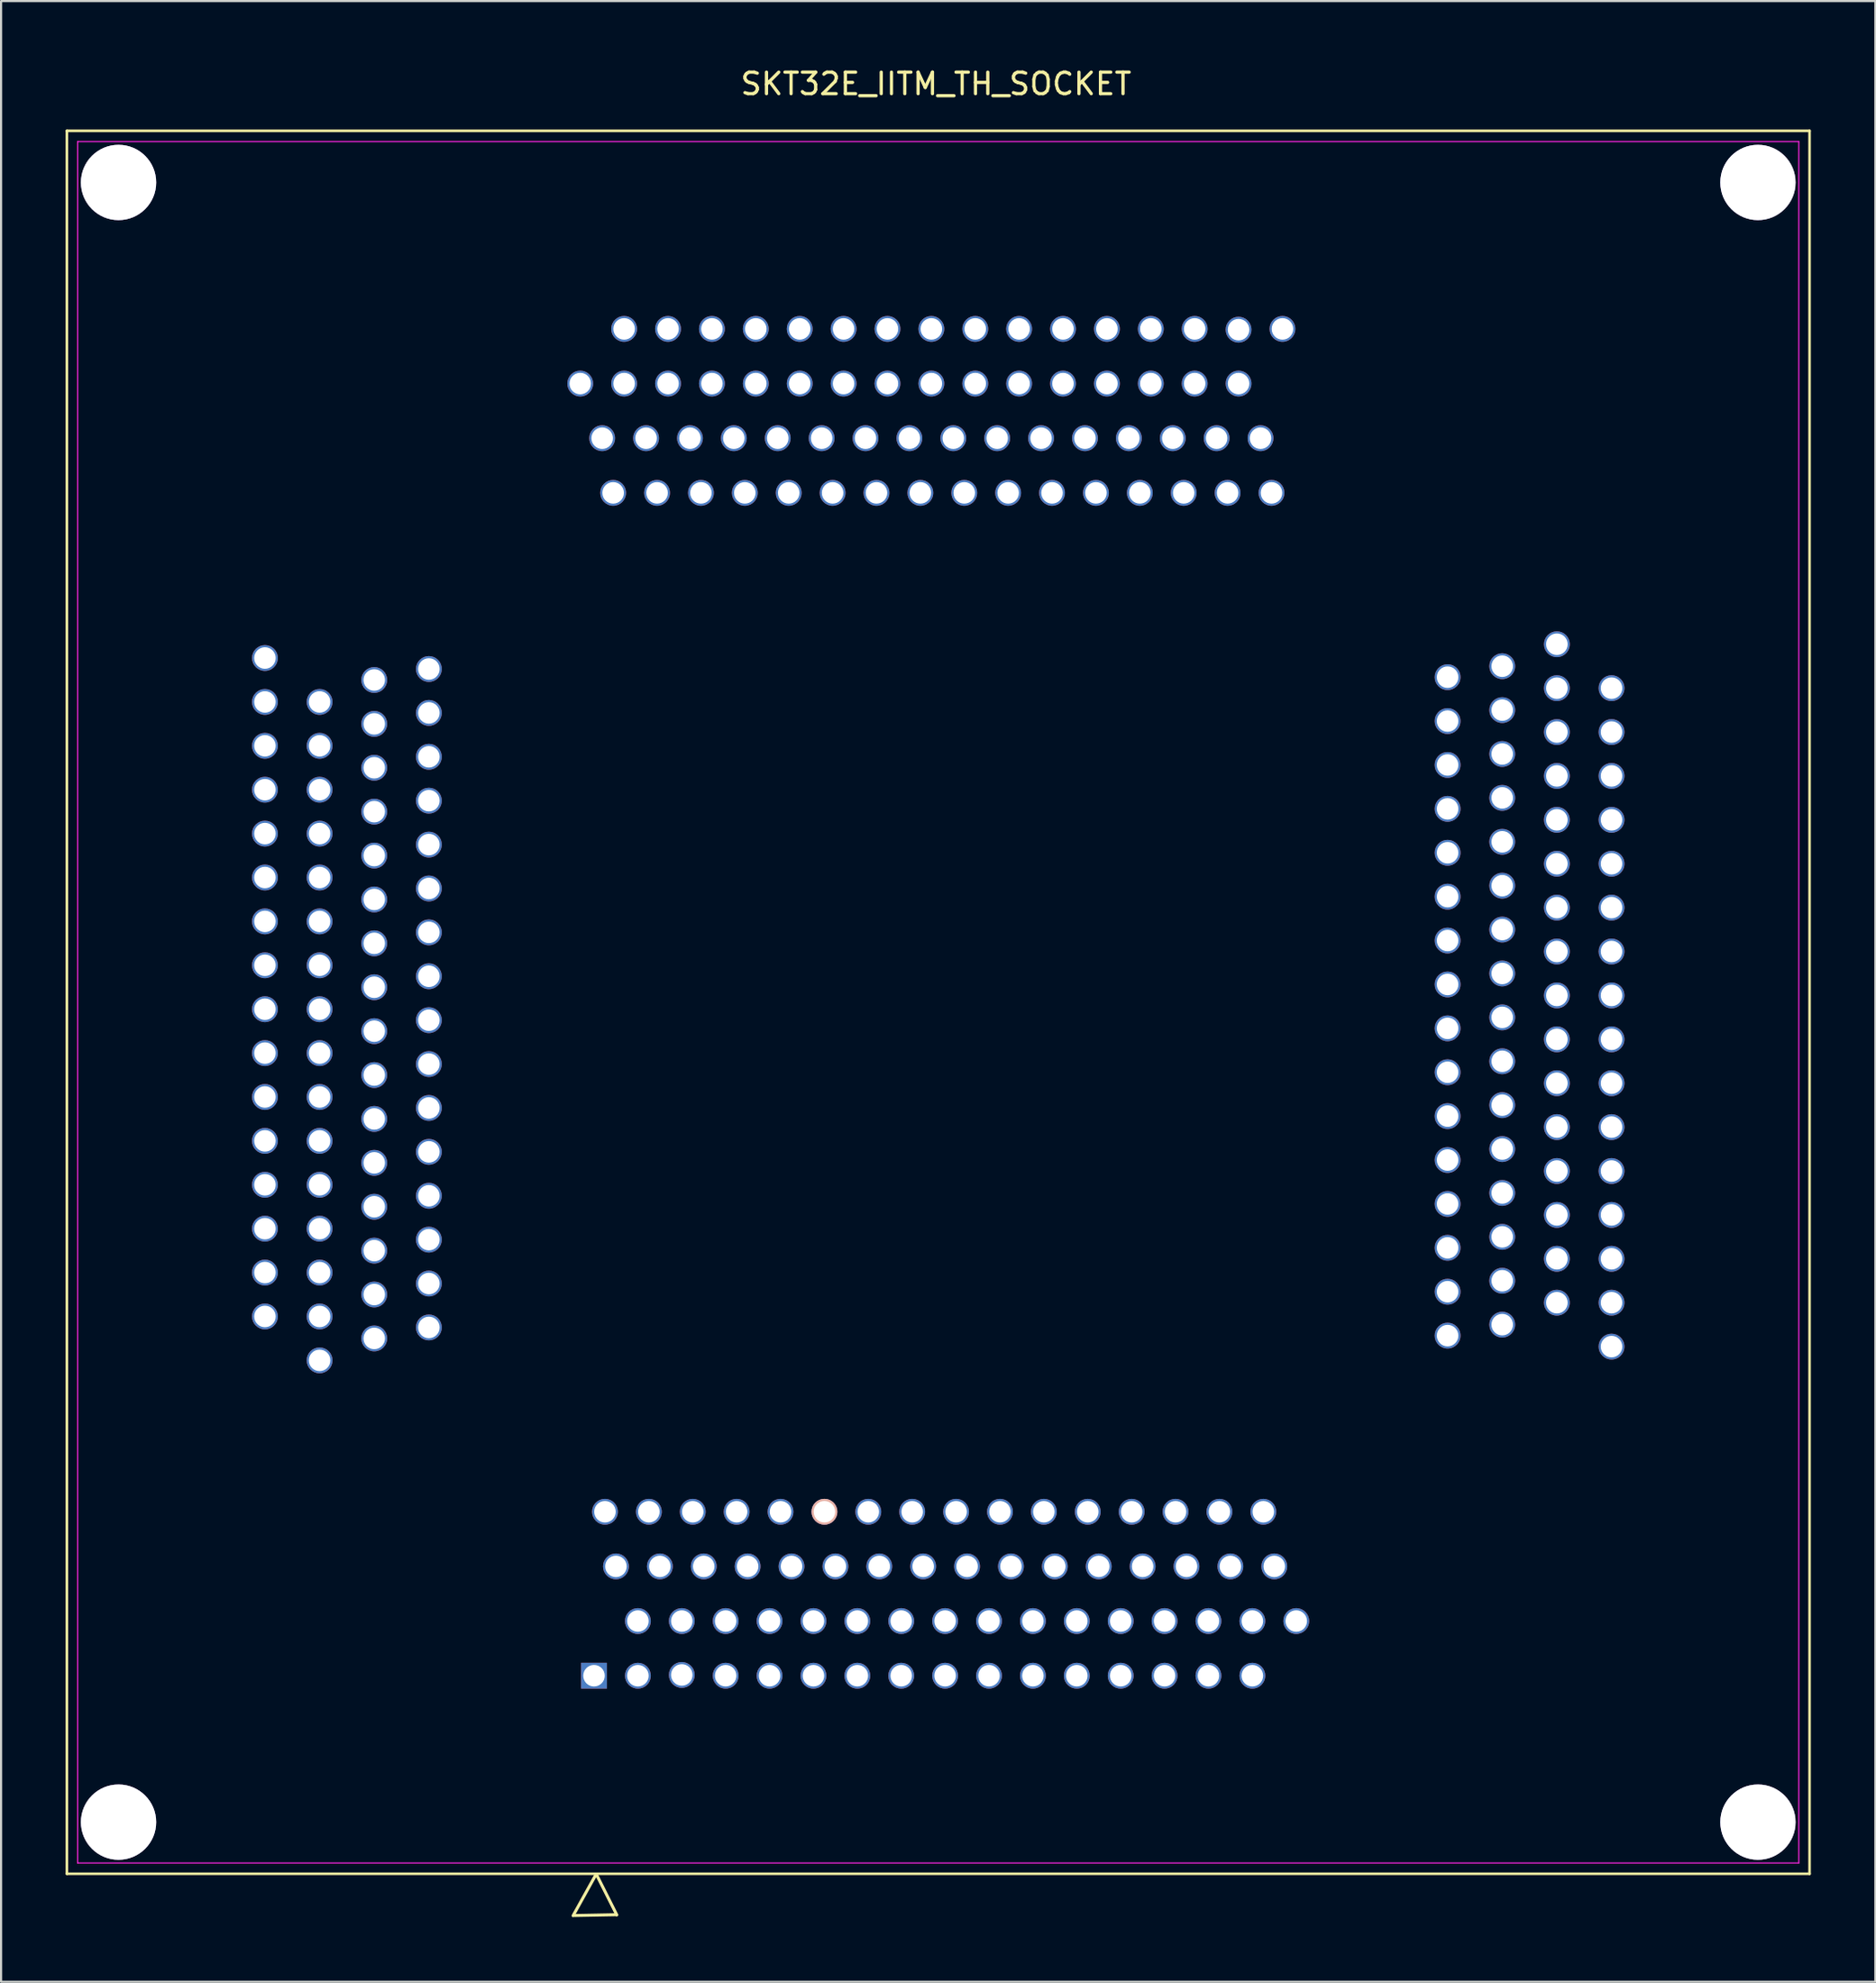
<source format=kicad_pcb>
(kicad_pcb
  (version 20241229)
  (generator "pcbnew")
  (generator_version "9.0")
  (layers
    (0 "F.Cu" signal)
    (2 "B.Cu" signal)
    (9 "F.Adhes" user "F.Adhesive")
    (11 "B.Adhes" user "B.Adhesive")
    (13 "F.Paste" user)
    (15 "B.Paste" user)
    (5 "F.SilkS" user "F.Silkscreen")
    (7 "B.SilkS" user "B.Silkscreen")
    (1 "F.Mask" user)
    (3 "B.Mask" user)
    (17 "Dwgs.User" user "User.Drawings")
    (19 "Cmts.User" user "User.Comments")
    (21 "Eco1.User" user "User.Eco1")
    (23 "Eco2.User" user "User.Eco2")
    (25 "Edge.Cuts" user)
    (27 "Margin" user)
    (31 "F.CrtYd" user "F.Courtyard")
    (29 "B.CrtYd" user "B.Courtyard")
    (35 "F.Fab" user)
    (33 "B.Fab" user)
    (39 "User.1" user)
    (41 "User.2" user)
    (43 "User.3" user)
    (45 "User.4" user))
  (footprint "SKT32E_IITM_TH_SOCKET"
    (layer "F.Cu")
    (at 40.56 43.53)
    (property "Reference" "SKT32E_IITM_TH_SOCKET" (at -0.102 -42.682 0) (layer "F.SilkS") (effects (font (size 1 1) (thickness 0.15))))
    (attr through_hole)
    (fp_line (start -40.5 -40.5) (end -40.5 40.5) (stroke (width 0.12) (type solid)) (layer "F.SilkS"))
    (fp_line (start -40.5 40.5) (end 40.5 40.5) (stroke (width 0.12) (type solid)) (layer "F.SilkS"))
    (fp_line (start -16.9 42.44) (end -14.971 42.403) (stroke (width 0.14) (type solid)) (layer "F.SilkS"))
    (fp_line (start -15.931 40.574) (end -16.972 42.448) (stroke (width 0.14) (type solid)) (layer "F.SilkS"))
    (fp_line (start -14.94 42.413) (end -15.86 40.584) (stroke (width 0.14) (type solid)) (layer "F.SilkS"))
    (fp_line (start 40.5 -40.5) (end -40.5 -40.5) (stroke (width 0.12) (type solid)) (layer "F.SilkS"))
    (fp_line (start 40.5 40.5) (end 40.5 -40.5) (stroke (width 0.12) (type solid)) (layer "F.SilkS"))
    (fp_line (start -40 -40) (end -40 40) (stroke (width 0.05) (type solid)) (layer "F.CrtYd"))
    (fp_line (start 40 -40) (end -40 -40) (stroke (width 0.05) (type solid)) (layer "F.CrtYd"))
    (fp_line (start 40 -40) (end 40 40) (stroke (width 0.05) (type solid)) (layer "F.CrtYd"))
    (fp_line (start 40 40) (end -40 40) (stroke (width 0.05) (type solid)) (layer "F.CrtYd"))
    (pad " " thru_hole circle (at -38.1 -38.1 270) (size 3.5 3.5) (drill 3.5) (layers "*.Cu"))
    (pad " " thru_hole circle (at -38.1 38.1 270) (size 3.5 3.5) (drill 3.5) (layers "*.Cu"))
    (pad " " thru_hole circle (at 38.1 -38.1 270) (size 3.5 3.5) (drill 3.5) (layers "*.Cu"))
    (pad " " thru_hole circle (at 38.1 38.1 270) (size 3.5 3.5) (drill 3.5) (layers "*.Cu"))
    (pad "1" thru_hole rect (at -16 31.295) (size 1.2 1.2) (drill 1) (layers "*.Cu" "*.Mask"))
    (pad "2" thru_hole circle (at -15.49 23.675) (size 1.2 1.2) (drill 1) (layers "*.Cu" "*.Mask"))
    (pad "3" thru_hole circle (at -14.98 26.215) (size 1.2 1.2) (drill 1) (layers "*.Cu" "*.Mask"))
    (pad "4" thru_hole circle (at -13.96 28.755) (size 1.2 1.2) (drill 1) (layers "*.Cu" "*.Mask"))
    (pad "5" thru_hole circle (at -13.96 31.295) (size 1.2 1.2) (drill 1) (layers "*.Cu" "*.Mask"))
    (pad "6" thru_hole circle (at -13.45 23.675) (size 1.2 1.2) (drill 1) (layers "*.Cu" "*.Mask"))
    (pad "7" thru_hole circle (at -12.94 26.215) (size 1.2 1.2) (drill 1) (layers "*.Cu" "*.Mask"))
    (pad "8" thru_hole circle (at -11.92 28.755) (size 1.2 1.2) (drill 1) (layers "*.Cu" "*.Mask"))
    (pad "9" thru_hole circle (at -11.92 31.259) (size 1.2 1.2) (drill 1) (layers "*.Cu" "*.Mask"))
    (pad "10" thru_hole circle (at -11.41 23.675) (size 1.2 1.2) (drill 1) (layers "*.Cu" "*.Mask"))
    (pad "11" thru_hole circle (at -10.9 26.215) (size 1.2 1.2) (drill 1) (layers "*.Cu" "*.Mask"))
    (pad "12" thru_hole circle (at -9.88 28.755) (size 1.2 1.2) (drill 1) (layers "*.Cu" "*.Mask"))
    (pad "13" thru_hole circle (at -9.88 31.295) (size 1.2 1.2) (drill 1) (layers "*.Cu" "*.Mask"))
    (pad "14" thru_hole circle (at -9.37 23.675) (size 1.2 1.2) (drill 1) (layers "*.Cu" "*.Mask"))
    (pad "15" thru_hole circle (at -8.86 26.215) (size 1.2 1.2) (drill 1) (layers "*.Cu" "*.Mask"))
    (pad "16" thru_hole circle (at -7.84 28.755) (size 1.2 1.2) (drill 1) (layers "*.Cu" "*.Mask"))
    (pad "17" thru_hole circle (at -7.84 31.295) (size 1.2 1.2) (drill 1) (layers "*.Cu" "*.Mask"))
    (pad "18" thru_hole circle (at -7.33 23.675) (size 1.2 1.2) (drill 1) (layers "*.Cu" "*.Mask"))
    (pad "19" thru_hole circle (at -6.82 26.215) (size 1.2 1.2) (drill 1) (layers "*.Cu" "*.Mask"))
    (pad "20" thru_hole circle (at -5.8 28.755) (size 1.2 1.2) (drill 1) (layers "*.Cu" "*.Mask"))
    (pad "21" thru_hole circle (at -5.8 31.295) (size 1.2 1.2) (drill 1) (layers "*.Cu" "*.Mask"))
    (pad "22" thru_hole circle (at -5.29 23.675) (size 1.2 1.2) (drill 1) (layers "*.Cu" "F.Mask" "B.SilkS"))
    (pad "23" thru_hole circle (at -4.78 26.215) (size 1.2 1.2) (drill 1) (layers "*.Cu" "*.Mask"))
    (pad "24" thru_hole circle (at -3.76 28.755) (size 1.2 1.2) (drill 1) (layers "*.Cu" "*.Mask"))
    (pad "25" thru_hole circle (at -3.76 31.295) (size 1.2 1.2) (drill 1) (layers "*.Cu" "*.Mask"))
    (pad "26" thru_hole circle (at -3.25 23.675) (size 1.2 1.2) (drill 1) (layers "*.Cu" "*.Mask"))
    (pad "27" thru_hole circle (at -2.74 26.215) (size 1.2 1.2) (drill 1) (layers "*.Cu" "*.Mask"))
    (pad "28" thru_hole circle (at -1.72 28.755) (size 1.2 1.2) (drill 1) (layers "*.Cu" "*.Mask"))
    (pad "29" thru_hole circle (at -1.72 31.295) (size 1.2 1.2) (drill 1) (layers "*.Cu" "*.Mask"))
    (pad "30" thru_hole circle (at -1.21 23.675) (size 1.2 1.2) (drill 1) (layers "*.Cu" "*.Mask"))
    (pad "31" thru_hole circle (at -0.7 26.215) (size 1.2 1.2) (drill 1) (layers "*.Cu" "*.Mask"))
    (pad "32" thru_hole circle (at 0.32 28.755) (size 1.2 1.2) (drill 1) (layers "*.Cu" "*.Mask"))
    (pad "33" thru_hole circle (at 0.32 31.295) (size 1.2 1.2) (drill 1) (layers "*.Cu" "*.Mask"))
    (pad "34" thru_hole circle (at 0.83 23.675) (size 1.2 1.2) (drill 1) (layers "*.Cu" "*.Mask"))
    (pad "35" thru_hole circle (at 1.34 26.215) (size 1.2 1.2) (drill 1) (layers "*.Cu" "*.Mask"))
    (pad "36" thru_hole circle (at 2.36 28.755) (size 1.2 1.2) (drill 1) (layers "*.Cu" "*.Mask"))
    (pad "37" thru_hole circle (at 2.36 31.295) (size 1.2 1.2) (drill 1) (layers "*.Cu" "*.Mask"))
    (pad "38" thru_hole circle (at 2.87 23.675) (size 1.2 1.2) (drill 1) (layers "*.Cu" "*.Mask"))
    (pad "39" thru_hole circle (at 3.38 26.215) (size 1.2 1.2) (drill 1) (layers "*.Cu" "*.Mask"))
    (pad "40" thru_hole circle (at 4.4 28.755) (size 1.2 1.2) (drill 1) (layers "*.Cu" "*.Mask"))
    (pad "41" thru_hole circle (at 4.4 31.295) (size 1.2 1.2) (drill 1) (layers "*.Cu" "*.Mask"))
    (pad "42" thru_hole circle (at 4.91 23.675) (size 1.2 1.2) (drill 1) (layers "*.Cu" "*.Mask"))
    (pad "43" thru_hole circle (at 5.42 26.215) (size 1.2 1.2) (drill 1) (layers "*.Cu" "*.Mask"))
    (pad "44" thru_hole circle (at 6.44 28.755) (size 1.2 1.2) (drill 1) (layers "*.Cu" "*.Mask"))
    (pad "45" thru_hole circle (at 6.44 31.295) (size 1.2 1.2) (drill 1) (layers "*.Cu" "*.Mask"))
    (pad "46" thru_hole circle (at 6.95 23.675) (size 1.2 1.2) (drill 1) (layers "*.Cu" "*.Mask"))
    (pad "47" thru_hole circle (at 7.46 26.215) (size 1.2 1.2) (drill 1) (layers "*.Cu" "*.Mask"))
    (pad "48" thru_hole circle (at 8.48 28.755) (size 1.2 1.2) (drill 1) (layers "*.Cu" "*.Mask"))
    (pad "49" thru_hole circle (at 8.48 31.295) (size 1.2 1.2) (drill 1) (layers "*.Cu" "*.Mask"))
    (pad "50" thru_hole circle (at 8.99 23.675) (size 1.2 1.2) (drill 1) (layers "*.Cu" "*.Mask"))
    (pad "51" thru_hole circle (at 9.5 26.215) (size 1.2 1.2) (drill 1) (layers "*.Cu" "*.Mask"))
    (pad "52" thru_hole circle (at 10.52 28.755) (size 1.2 1.2) (drill 1) (layers "*.Cu" "*.Mask"))
    (pad "53" thru_hole circle (at 10.52 31.295) (size 1.2 1.2) (drill 1) (layers "*.Cu" "*.Mask"))
    (pad "54" thru_hole circle (at 11.03 23.675) (size 1.2 1.2) (drill 1) (layers "*.Cu" "*.Mask"))
    (pad "55" thru_hole circle (at 11.54 26.215) (size 1.2 1.2) (drill 1) (layers "*.Cu" "*.Mask"))
    (pad "56" thru_hole circle (at 12.56 28.755) (size 1.2 1.2) (drill 1) (layers "*.Cu" "*.Mask"))
    (pad "57" thru_hole circle (at 12.56 31.295) (size 1.2 1.2) (drill 1) (layers "*.Cu" "*.Mask"))
    (pad "58" thru_hole circle (at 13.07 23.675) (size 1.2 1.2) (drill 1) (layers "*.Cu" "*.Mask"))
    (pad "59" thru_hole circle (at 13.58 26.215) (size 1.2 1.2) (drill 1) (layers "*.Cu" "*.Mask"))
    (pad "60" thru_hole circle (at 14.6 28.755) (size 1.2 1.2) (drill 1) (layers "*.Cu" "*.Mask"))
    (pad "61" thru_hole circle (at 14.6 31.295) (size 1.2 1.2) (drill 1) (layers "*.Cu" "*.Mask"))
    (pad "62" thru_hole circle (at 15.11 23.675) (size 1.2 1.2) (drill 1) (layers "*.Cu" "*.Mask"))
    (pad "63" thru_hole circle (at 15.62 26.215) (size 1.2 1.2) (drill 1) (layers "*.Cu" "*.Mask"))
    (pad "64" thru_hole circle (at 16.64 28.755) (size 1.2 1.2) (drill 1) (layers "*.Cu" "*.Mask"))
    (pad "65" thru_hole circle (at 31.295 16 90) (size 1.2 1.2) (drill 1) (layers "*.Cu" "*.Mask"))
    (pad "66" thru_hole circle (at 23.675 15.49 90) (size 1.2 1.2) (drill 1) (layers "*.Cu" "*.Mask"))
    (pad "67" thru_hole circle (at 26.215 14.98 90) (size 1.2 1.2) (drill 1) (layers "*.Cu" "*.Mask"))
    (pad "68" thru_hole circle (at 28.755 13.96 90) (size 1.2 1.2) (drill 1) (layers "*.Cu" "*.Mask"))
    (pad "69" thru_hole circle (at 31.295 13.96 90) (size 1.2 1.2) (drill 1) (layers "*.Cu" "*.Mask"))
    (pad "70" thru_hole circle (at 23.675 13.45 90) (size 1.2 1.2) (drill 1) (layers "*.Cu" "*.Mask"))
    (pad "71" thru_hole circle (at 26.215 12.94 90) (size 1.2 1.2) (drill 1) (layers "*.Cu" "*.Mask"))
    (pad "72" thru_hole circle (at 28.755 11.92 90) (size 1.2 1.2) (drill 1) (layers "*.Cu" "*.Mask"))
    (pad "73" thru_hole circle (at 31.295 11.92 90) (size 1.2 1.2) (drill 1) (layers "*.Cu" "*.Mask"))
    (pad "74" thru_hole circle (at 23.675 11.41 90) (size 1.2 1.2) (drill 1) (layers "*.Cu" "*.Mask"))
    (pad "75" thru_hole circle (at 26.215 10.9 90) (size 1.2 1.2) (drill 1) (layers "*.Cu" "*.Mask"))
    (pad "76" thru_hole circle (at 28.755 9.88 90) (size 1.2 1.2) (drill 1) (layers "*.Cu" "*.Mask"))
    (pad "77" thru_hole circle (at 31.295 9.88 90) (size 1.2 1.2) (drill 1) (layers "*.Cu" "*.Mask"))
    (pad "78" thru_hole circle (at 23.675 9.37 90) (size 1.2 1.2) (drill 1) (layers "*.Cu" "*.Mask"))
    (pad "79" thru_hole circle (at 26.215 8.86 90) (size 1.2 1.2) (drill 1) (layers "*.Cu" "*.Mask"))
    (pad "80" thru_hole circle (at 28.755 7.84 90) (size 1.2 1.2) (drill 1) (layers "*.Cu" "*.Mask"))
    (pad "81" thru_hole circle (at 31.295 7.84 90) (size 1.2 1.2) (drill 1) (layers "*.Cu" "*.Mask"))
    (pad "82" thru_hole circle (at 23.675 7.33 90) (size 1.2 1.2) (drill 1) (layers "*.Cu" "*.Mask"))
    (pad "83" thru_hole circle (at 26.215 6.82 90) (size 1.2 1.2) (drill 1) (layers "*.Cu" "*.Mask"))
    (pad "84" thru_hole circle (at 28.755 5.8 90) (size 1.2 1.2) (drill 1) (layers "*.Cu" "*.Mask"))
    (pad "85" thru_hole circle (at 31.295 5.8 90) (size 1.2 1.2) (drill 1) (layers "*.Cu" "*.Mask"))
    (pad "86" thru_hole circle (at 23.675 5.29 90) (size 1.2 1.2) (drill 1) (layers "*.Cu" "*.Mask"))
    (pad "87" thru_hole circle (at 26.215 4.78 90) (size 1.2 1.2) (drill 1) (layers "*.Cu" "*.Mask"))
    (pad "88" thru_hole circle (at 28.755 3.76 90) (size 1.2 1.2) (drill 1) (layers "*.Cu" "*.Mask"))
    (pad "89" thru_hole circle (at 31.295 3.76 90) (size 1.2 1.2) (drill 1) (layers "*.Cu" "*.Mask"))
    (pad "90" thru_hole circle (at 23.675 3.25 90) (size 1.2 1.2) (drill 1) (layers "*.Cu" "*.Mask"))
    (pad "91" thru_hole circle (at 26.215 2.74 90) (size 1.2 1.2) (drill 1) (layers "*.Cu" "*.Mask"))
    (pad "92" thru_hole circle (at 28.755 1.72 90) (size 1.2 1.2) (drill 1) (layers "*.Cu" "*.Mask"))
    (pad "93" thru_hole circle (at 31.295 1.72 90) (size 1.2 1.2) (drill 1) (layers "*.Cu" "*.Mask"))
    (pad "94" thru_hole circle (at 23.675 1.21 90) (size 1.2 1.2) (drill 1) (layers "*.Cu" "*.Mask"))
    (pad "95" thru_hole circle (at 26.215 0.7 90) (size 1.2 1.2) (drill 1) (layers "*.Cu" "*.Mask"))
    (pad "96" thru_hole circle (at 28.755 -0.32 90) (size 1.2 1.2) (drill 1) (layers "*.Cu" "*.Mask"))
    (pad "97" thru_hole circle (at 31.295 -0.32 90) (size 1.2 1.2) (drill 1) (layers "*.Cu" "*.Mask"))
    (pad "98" thru_hole circle (at 23.675 -0.83 90) (size 1.2 1.2) (drill 1) (layers "*.Cu" "*.Mask"))
    (pad "99" thru_hole circle (at 26.215 -1.34 90) (size 1.2 1.2) (drill 1) (layers "*.Cu" "*.Mask"))
    (pad "100" thru_hole circle (at 28.755 -2.36 90) (size 1.2 1.2) (drill 1) (layers "*.Cu" "*.Mask"))
    (pad "101" thru_hole circle (at 31.295 -2.36 90) (size 1.2 1.2) (drill 1) (layers "*.Cu" "*.Mask"))
    (pad "102" thru_hole circle (at 23.675 -2.87 90) (size 1.2 1.2) (drill 1) (layers "*.Cu" "*.Mask"))
    (pad "103" thru_hole circle (at 26.215 -3.38 90) (size 1.2 1.2) (drill 1) (layers "*.Cu" "*.Mask"))
    (pad "104" thru_hole circle (at 28.755 -4.4 90) (size 1.2 1.2) (drill 1) (layers "*.Cu" "*.Mask"))
    (pad "105" thru_hole circle (at 31.295 -4.4 90) (size 1.2 1.2) (drill 1) (layers "*.Cu" "*.Mask"))
    (pad "106" thru_hole circle (at 23.675 -4.91 90) (size 1.2 1.2) (drill 1) (layers "*.Cu" "*.Mask"))
    (pad "107" thru_hole circle (at 26.215 -5.42 90) (size 1.2 1.2) (drill 1) (layers "*.Cu" "*.Mask"))
    (pad "108" thru_hole circle (at 28.755 -6.44 90) (size 1.2 1.2) (drill 1) (layers "*.Cu" "*.Mask"))
    (pad "109" thru_hole circle (at 31.295 -6.44 90) (size 1.2 1.2) (drill 1) (layers "*.Cu" "*.Mask"))
    (pad "110" thru_hole circle (at 23.675 -6.95 90) (size 1.2 1.2) (drill 1) (layers "*.Cu" "*.Mask"))
    (pad "111" thru_hole circle (at 26.215 -7.46 90) (size 1.2 1.2) (drill 1) (layers "*.Cu" "*.Mask"))
    (pad "112" thru_hole circle (at 28.755 -8.48 90) (size 1.2 1.2) (drill 1) (layers "*.Cu" "*.Mask"))
    (pad "113" thru_hole circle (at 31.295 -8.48 90) (size 1.2 1.2) (drill 1) (layers "*.Cu" "*.Mask"))
    (pad "114" thru_hole circle (at 23.675 -8.99 90) (size 1.2 1.2) (drill 1) (layers "*.Cu" "*.Mask"))
    (pad "115" thru_hole circle (at 26.215 -9.5 90) (size 1.2 1.2) (drill 1) (layers "*.Cu" "*.Mask"))
    (pad "116" thru_hole circle (at 28.755 -10.52 90) (size 1.2 1.2) (drill 1) (layers "*.Cu" "*.Mask"))
    (pad "117" thru_hole circle (at 31.295 -10.52 90) (size 1.2 1.2) (drill 1) (layers "*.Cu" "*.Mask"))
    (pad "118" thru_hole circle (at 23.675 -11.03 90) (size 1.2 1.2) (drill 1) (layers "*.Cu" "*.Mask"))
    (pad "119" thru_hole circle (at 26.215 -11.54 90) (size 1.2 1.2) (drill 1) (layers "*.Cu" "*.Mask"))
    (pad "120" thru_hole circle (at 28.755 -12.56 90) (size 1.2 1.2) (drill 1) (layers "*.Cu" "*.Mask"))
    (pad "121" thru_hole circle (at 31.295 -12.56 90) (size 1.2 1.2) (drill 1) (layers "*.Cu" "*.Mask"))
    (pad "122" thru_hole circle (at 23.675 -13.07 90) (size 1.2 1.2) (drill 1) (layers "*.Cu" "*.Mask"))
    (pad "123" thru_hole circle (at 26.215 -13.58 90) (size 1.2 1.2) (drill 1) (layers "*.Cu" "*.Mask"))
    (pad "124" thru_hole circle (at 28.755 -14.6 90) (size 1.2 1.2) (drill 1) (layers "*.Cu" "*.Mask"))
    (pad "125" thru_hole circle (at 31.295 -14.6 90) (size 1.2 1.2) (drill 1) (layers "*.Cu" "*.Mask"))
    (pad "126" thru_hole circle (at 23.675 -15.11 90) (size 1.2 1.2) (drill 1) (layers "*.Cu" "*.Mask"))
    (pad "127" thru_hole circle (at 26.215 -15.62 90) (size 1.2 1.2) (drill 1) (layers "*.Cu" "*.Mask"))
    (pad "128" thru_hole circle (at 28.755 -16.64 90) (size 1.2 1.2) (drill 1) (layers "*.Cu" "*.Mask"))
    (pad "129" thru_hole circle (at 16 -31.295 180) (size 1.2 1.2) (drill 1) (layers "*.Cu" "*.Mask"))
    (pad "130" thru_hole circle (at 15.49 -23.675 180) (size 1.2 1.2) (drill 1) (layers "*.Cu" "*.Mask"))
    (pad "131" thru_hole circle (at 14.98 -26.215 180) (size 1.2 1.2) (drill 1) (layers "*.Cu" "*.Mask"))
    (pad "132" thru_hole circle (at 13.96 -28.755 180) (size 1.2 1.2) (drill 1) (layers "*.Cu" "*.Mask"))
    (pad "133" thru_hole circle (at 13.96 -31.259 180) (size 1.2 1.2) (drill 1) (layers "*.Cu" "*.Mask"))
    (pad "134" thru_hole circle (at 13.45 -23.675 180) (size 1.2 1.2) (drill 1) (layers "*.Cu" "*.Mask"))
    (pad "135" thru_hole circle (at 12.94 -26.215 180) (size 1.2 1.2) (drill 1) (layers "*.Cu" "*.Mask"))
    (pad "136" thru_hole circle (at 11.92 -28.755 180) (size 1.2 1.2) (drill 1) (layers "*.Cu" "*.Mask"))
    (pad "137" thru_hole circle (at 11.92 -31.295 180) (size 1.2 1.2) (drill 1) (layers "*.Cu" "*.Mask"))
    (pad "138" thru_hole circle (at 9.88 -28.755 180) (size 1.2 1.2) (drill 1) (layers "*.Cu" "*.Mask"))
    (pad "138" thru_hole circle (at 11.41 -23.675 180) (size 1.2 1.2) (drill 1) (layers "*.Cu" "*.Mask"))
    (pad "139" thru_hole circle (at 10.9 -26.215 180) (size 1.2 1.2) (drill 1) (layers "*.Cu" "*.Mask"))
    (pad "141" thru_hole circle (at 9.88 -31.295 180) (size 1.2 1.2) (drill 1) (layers "*.Cu" "*.Mask"))
    (pad "142" thru_hole circle (at 7.84 -28.755 180) (size 1.2 1.2) (drill 1) (layers "*.Cu" "*.Mask"))
    (pad "142" thru_hole circle (at 9.37 -23.675 180) (size 1.2 1.2) (drill 1) (layers "*.Cu" "*.Mask"))
    (pad "143" thru_hole circle (at 8.86 -26.215 180) (size 1.2 1.2) (drill 1) (layers "*.Cu" "*.Mask"))
    (pad "145" thru_hole circle (at 7.84 -31.295 180) (size 1.2 1.2) (drill 1) (layers "*.Cu" "*.Mask"))
    (pad "146" thru_hole circle (at 7.33 -23.675 180) (size 1.2 1.2) (drill 1) (layers "*.Cu" "*.Mask"))
    (pad "147" thru_hole circle (at 6.82 -26.215 180) (size 1.2 1.2) (drill 1) (layers "*.Cu" "*.Mask"))
    (pad "148" thru_hole circle (at 5.8 -28.755 180) (size 1.2 1.2) (drill 1) (layers "*.Cu" "*.Mask"))
    (pad "149" thru_hole circle (at 5.8 -31.295 180) (size 1.2 1.2) (drill 1) (layers "*.Cu" "*.Mask"))
    (pad "150" thru_hole circle (at 5.29 -23.675 180) (size 1.2 1.2) (drill 1) (layers "*.Cu" "*.Mask"))
    (pad "151" thru_hole circle (at 4.78 -26.215 180) (size 1.2 1.2) (drill 1) (layers "*.Cu" "*.Mask"))
    (pad "152" thru_hole circle (at 3.76 -28.755 180) (size 1.2 1.2) (drill 1) (layers "*.Cu" "*.Mask"))
    (pad "153" thru_hole circle (at 3.76 -31.295 180) (size 1.2 1.2) (drill 1) (layers "*.Cu" "*.Mask"))
    (pad "154" thru_hole circle (at 3.25 -23.675 180) (size 1.2 1.2) (drill 1) (layers "*.Cu" "*.Mask"))
    (pad "155" thru_hole circle (at 2.74 -26.215 180) (size 1.2 1.2) (drill 1) (layers "*.Cu" "*.Mask"))
    (pad "156" thru_hole circle (at 1.72 -28.755 180) (size 1.2 1.2) (drill 1) (layers "*.Cu" "*.Mask"))
    (pad "157" thru_hole circle (at 1.72 -31.295 180) (size 1.2 1.2) (drill 1) (layers "*.Cu" "*.Mask"))
    (pad "158" thru_hole circle (at 1.21 -23.675 180) (size 1.2 1.2) (drill 1) (layers "*.Cu" "*.Mask"))
    (pad "159" thru_hole circle (at 0.7 -26.215 180) (size 1.2 1.2) (drill 1) (layers "*.Cu" "*.Mask"))
    (pad "160" thru_hole circle (at -0.32 -28.755 180) (size 1.2 1.2) (drill 1) (layers "*.Cu" "*.Mask"))
    (pad "161" thru_hole circle (at -0.32 -31.295 180) (size 1.2 1.2) (drill 1) (layers "*.Cu" "*.Mask"))
    (pad "162" thru_hole circle (at -0.83 -23.675 180) (size 1.2 1.2) (drill 1) (layers "*.Cu" "*.Mask"))
    (pad "163" thru_hole circle (at -1.34 -26.215 180) (size 1.2 1.2) (drill 1) (layers "*.Cu" "*.Mask"))
    (pad "164" thru_hole circle (at -2.36 -28.755 180) (size 1.2 1.2) (drill 1) (layers "*.Cu" "*.Mask"))
    (pad "165" thru_hole circle (at -2.36 -31.295 180) (size 1.2 1.2) (drill 1) (layers "*.Cu" "*.Mask"))
    (pad "166" thru_hole circle (at -2.87 -23.675 180) (size 1.2 1.2) (drill 1) (layers "*.Cu" "*.Mask"))
    (pad "167" thru_hole circle (at -3.38 -26.215 180) (size 1.2 1.2) (drill 1) (layers "*.Cu" "*.Mask"))
    (pad "168" thru_hole circle (at -4.4 -28.755 180) (size 1.2 1.2) (drill 1) (layers "*.Cu" "*.Mask"))
    (pad "169" thru_hole circle (at -4.4 -31.295 180) (size 1.2 1.2) (drill 1) (layers "*.Cu" "*.Mask"))
    (pad "170" thru_hole circle (at -6.44 -28.755 180) (size 1.2 1.2) (drill 1) (layers "*.Cu" "*.Mask"))
    (pad "170" thru_hole circle (at -4.91 -23.675 180) (size 1.2 1.2) (drill 1) (layers "*.Cu" "*.Mask"))
    (pad "171" thru_hole circle (at -5.42 -26.215 180) (size 1.2 1.2) (drill 1) (layers "*.Cu" "*.Mask"))
    (pad "173" thru_hole circle (at -6.44 -31.295 180) (size 1.2 1.2) (drill 1) (layers "*.Cu" "*.Mask"))
    (pad "174" thru_hole circle (at -6.95 -23.675 180) (size 1.2 1.2) (drill 1) (layers "*.Cu" "*.Mask"))
    (pad "175" thru_hole circle (at -7.46 -26.215 180) (size 1.2 1.2) (drill 1) (layers "*.Cu" "*.Mask"))
    (pad "176" thru_hole circle (at -8.48 -28.755 180) (size 1.2 1.2) (drill 1) (layers "*.Cu" "*.Mask"))
    (pad "177" thru_hole circle (at -8.48 -31.295 180) (size 1.2 1.2) (drill 1) (layers "*.Cu" "*.Mask"))
    (pad "178" thru_hole circle (at -8.99 -23.675 180) (size 1.2 1.2) (drill 1) (layers "*.Cu" "*.Mask"))
    (pad "179" thru_hole circle (at -9.5 -26.215 180) (size 1.2 1.2) (drill 1) (layers "*.Cu" "*.Mask"))
    (pad "180" thru_hole circle (at -10.52 -28.755 180) (size 1.2 1.2) (drill 1) (layers "*.Cu" "*.Mask"))
    (pad "181" thru_hole circle (at -10.52 -31.295 180) (size 1.2 1.2) (drill 1) (layers "*.Cu" "*.Mask"))
    (pad "182" thru_hole circle (at -11.03 -23.675 180) (size 1.2 1.2) (drill 1) (layers "*.Cu" "*.Mask"))
    (pad "183" thru_hole circle (at -11.54 -26.215 180) (size 1.2 1.2) (drill 1) (layers "*.Cu" "*.Mask"))
    (pad "184" thru_hole circle (at -12.56 -28.755 180) (size 1.2 1.2) (drill 1) (layers "*.Cu" "*.Mask"))
    (pad "185" thru_hole circle (at -12.56 -31.295 180) (size 1.2 1.2) (drill 1) (layers "*.Cu" "*.Mask"))
    (pad "186" thru_hole circle (at -13.07 -23.675 180) (size 1.2 1.2) (drill 1) (layers "*.Cu" "*.Mask"))
    (pad "187" thru_hole circle (at -13.58 -26.215 180) (size 1.2 1.2) (drill 1) (layers "*.Cu" "*.Mask"))
    (pad "188" thru_hole circle (at -14.6 -28.755 180) (size 1.2 1.2) (drill 1) (layers "*.Cu" "*.Mask"))
    (pad "189" thru_hole circle (at -14.6 -31.295 180) (size 1.2 1.2) (drill 1) (layers "*.Cu" "*.Mask"))
    (pad "190" thru_hole circle (at -15.11 -23.675 180) (size 1.2 1.2) (drill 1) (layers "*.Cu" "*.Mask"))
    (pad "191" thru_hole circle (at -15.62 -26.215 180) (size 1.2 1.2) (drill 1) (layers "*.Cu" "*.Mask"))
    (pad "192" thru_hole circle (at -16.64 -28.755 180) (size 1.2 1.2) (drill 1) (layers "*.Cu" "*.Mask"))
    (pad "193" thru_hole circle (at -31.295 -16 270) (size 1.2 1.2) (drill 1) (layers "*.Cu" "*.Mask"))
    (pad "194" thru_hole circle (at -23.675 -15.49 270) (size 1.2 1.2) (drill 1) (layers "*.Cu" "*.Mask"))
    (pad "195" thru_hole circle (at -26.215 -14.98 270) (size 1.2 1.2) (drill 1) (layers "*.Cu" "*.Mask"))
    (pad "196" thru_hole circle (at -28.755 -13.96 270) (size 1.2 1.2) (drill 1) (layers "*.Cu" "*.Mask"))
    (pad "197" thru_hole circle (at -31.295 -13.96 270) (size 1.2 1.2) (drill 1) (layers "*.Cu" "*.Mask"))
    (pad "198" thru_hole circle (at -23.675 -13.45 270) (size 1.2 1.2) (drill 1) (layers "*.Cu" "*.Mask"))
    (pad "199" thru_hole circle (at -26.215 -12.94 270) (size 1.2 1.2) (drill 1) (layers "*.Cu" "*.Mask"))
    (pad "200" thru_hole circle (at -28.755 -11.92 270) (size 1.2 1.2) (drill 1) (layers "*.Cu" "*.Mask"))
    (pad "201" thru_hole circle (at -31.295 -11.92 270) (size 1.2 1.2) (drill 1) (layers "*.Cu" "*.Mask"))
    (pad "202" thru_hole circle (at -23.675 -11.41 270) (size 1.2 1.2) (drill 1) (layers "*.Cu" "*.Mask"))
    (pad "203" thru_hole circle (at -26.215 -10.9 270) (size 1.2 1.2) (drill 1) (layers "*.Cu" "*.Mask"))
    (pad "204" thru_hole circle (at -28.755 -9.88 270) (size 1.2 1.2) (drill 1) (layers "*.Cu" "*.Mask"))
    (pad "205" thru_hole circle (at -31.295 -9.88 270) (size 1.2 1.2) (drill 1) (layers "*.Cu" "*.Mask"))
    (pad "206" thru_hole circle (at -23.675 -9.37 270) (size 1.2 1.2) (drill 1) (layers "*.Cu" "*.Mask"))
    (pad "207" thru_hole circle (at -26.215 -8.86 270) (size 1.2 1.2) (drill 1) (layers "*.Cu" "*.Mask"))
    (pad "208" thru_hole circle (at -28.755 -7.84 270) (size 1.2 1.2) (drill 1) (layers "*.Cu" "*.Mask"))
    (pad "209" thru_hole circle (at -31.295 -7.84 270) (size 1.2 1.2) (drill 1) (layers "*.Cu" "*.Mask"))
    (pad "210" thru_hole circle (at -23.675 -7.33 270) (size 1.2 1.2) (drill 1) (layers "*.Cu" "*.Mask"))
    (pad "211" thru_hole circle (at -26.215 -6.82 270) (size 1.2 1.2) (drill 1) (layers "*.Cu" "*.Mask"))
    (pad "212" thru_hole circle (at -28.755 -5.8 270) (size 1.2 1.2) (drill 1) (layers "*.Cu" "*.Mask"))
    (pad "213" thru_hole circle (at -31.295 -5.8 270) (size 1.2 1.2) (drill 1) (layers "*.Cu" "*.Mask"))
    (pad "214" thru_hole circle (at -23.675 -5.29 270) (size 1.2 1.2) (drill 1) (layers "*.Cu" "*.Mask"))
    (pad "215" thru_hole circle (at -26.215 -4.78 270) (size 1.2 1.2) (drill 1) (layers "*.Cu" "*.Mask"))
    (pad "216" thru_hole circle (at -28.755 -3.76 270) (size 1.2 1.2) (drill 1) (layers "*.Cu" "*.Mask"))
    (pad "217" thru_hole circle (at -31.295 -3.76 270) (size 1.2 1.2) (drill 1) (layers "*.Cu" "*.Mask"))
    (pad "218" thru_hole circle (at -23.675 -3.25 270) (size 1.2 1.2) (drill 1) (layers "*.Cu" "*.Mask"))
    (pad "219" thru_hole circle (at -26.215 -2.74 270) (size 1.2 1.2) (drill 1) (layers "*.Cu" "*.Mask"))
    (pad "220" thru_hole circle (at -28.755 -1.72 270) (size 1.2 1.2) (drill 1) (layers "*.Cu" "*.Mask"))
    (pad "221" thru_hole circle (at -31.295 -1.72 270) (size 1.2 1.2) (drill 1) (layers "*.Cu" "*.Mask"))
    (pad "222" thru_hole circle (at -23.675 -1.21 270) (size 1.2 1.2) (drill 1) (layers "*.Cu" "*.Mask"))
    (pad "223" thru_hole circle (at -26.215 -0.7 270) (size 1.2 1.2) (drill 1) (layers "*.Cu" "*.Mask"))
    (pad "224" thru_hole circle (at -28.755 0.32 270) (size 1.2 1.2) (drill 1) (layers "*.Cu" "*.Mask"))
    (pad "225" thru_hole circle (at -31.295 0.32 270) (size 1.2 1.2) (drill 1) (layers "*.Cu" "*.Mask"))
    (pad "226" thru_hole circle (at -23.675 0.83 270) (size 1.2 1.2) (drill 1) (layers "*.Cu" "*.Mask"))
    (pad "227" thru_hole circle (at -26.215 1.34 270) (size 1.2 1.2) (drill 1) (layers "*.Cu" "*.Mask"))
    (pad "228" thru_hole circle (at -28.755 2.36 270) (size 1.2 1.2) (drill 1) (layers "*.Cu" "*.Mask"))
    (pad "229" thru_hole circle (at -31.295 2.36 270) (size 1.2 1.2) (drill 1) (layers "*.Cu" "*.Mask"))
    (pad "230" thru_hole circle (at -23.675 2.87 270) (size 1.2 1.2) (drill 1) (layers "*.Cu" "*.Mask"))
    (pad "231" thru_hole circle (at -26.215 3.38 270) (size 1.2 1.2) (drill 1) (layers "*.Cu" "*.Mask"))
    (pad "232" thru_hole circle (at -28.755 4.4 270) (size 1.2 1.2) (drill 1) (layers "*.Cu" "*.Mask"))
    (pad "233" thru_hole circle (at -31.295 4.4 270) (size 1.2 1.2) (drill 1) (layers "*.Cu" "*.Mask"))
    (pad "234" thru_hole circle (at -23.675 4.91 270) (size 1.2 1.2) (drill 1) (layers "*.Cu" "*.Mask"))
    (pad "235" thru_hole circle (at -26.215 5.42 270) (size 1.2 1.2) (drill 1) (layers "*.Cu" "*.Mask"))
    (pad "236" thru_hole circle (at -28.755 6.44 270) (size 1.2 1.2) (drill 1) (layers "*.Cu" "*.Mask"))
    (pad "237" thru_hole circle (at -31.295 6.44 270) (size 1.2 1.2) (drill 1) (layers "*.Cu" "*.Mask"))
    (pad "238" thru_hole circle (at -23.675 6.95 270) (size 1.2 1.2) (drill 1) (layers "*.Cu" "*.Mask"))
    (pad "239" thru_hole circle (at -26.215 7.46 270) (size 1.2 1.2) (drill 1) (layers "*.Cu" "*.Mask"))
    (pad "240" thru_hole circle (at -28.755 8.48 270) (size 1.2 1.2) (drill 1) (layers "*.Cu" "*.Mask"))
    (pad "241" thru_hole circle (at -31.295 8.48 270) (size 1.2 1.2) (drill 1) (layers "*.Cu" "*.Mask"))
    (pad "242" thru_hole circle (at -23.675 8.99 270) (size 1.2 1.2) (drill 1) (layers "*.Cu" "*.Mask"))
    (pad "243" thru_hole circle (at -26.215 9.5 270) (size 1.2 1.2) (drill 1) (layers "*.Cu" "*.Mask"))
    (pad "244" thru_hole circle (at -28.755 10.52 270) (size 1.2 1.2) (drill 1) (layers "*.Cu" "*.Mask"))
    (pad "245" thru_hole circle (at -31.295 10.52 270) (size 1.2 1.2) (drill 1) (layers "*.Cu" "*.Mask"))
    (pad "246" thru_hole circle (at -23.675 11.03 270) (size 1.2 1.2) (drill 1) (layers "*.Cu" "*.Mask"))
    (pad "247" thru_hole circle (at -26.215 11.54 270) (size 1.2 1.2) (drill 1) (layers "*.Cu" "*.Mask"))
    (pad "248" thru_hole circle (at -28.755 12.56 270) (size 1.2 1.2) (drill 1) (layers "*.Cu" "*.Mask"))
    (pad "249" thru_hole circle (at -31.295 12.56 270) (size 1.2 1.2) (drill 1) (layers "*.Cu" "*.Mask"))
    (pad "250" thru_hole circle (at -23.675 13.07 270) (size 1.2 1.2) (drill 1) (layers "*.Cu" "*.Mask"))
    (pad "251" thru_hole circle (at -26.215 13.58 270) (size 1.2 1.2) (drill 1) (layers "*.Cu" "*.Mask"))
    (pad "252" thru_hole circle (at -28.755 14.6 270) (size 1.2 1.2) (drill 1) (layers "*.Cu" "*.Mask"))
    (pad "253" thru_hole circle (at -31.295 14.6 270) (size 1.2 1.2) (drill 1) (layers "*.Cu" "*.Mask"))
    (pad "254" thru_hole circle (at -23.675 15.11 270) (size 1.2 1.2) (drill 1) (layers "*.Cu" "*.Mask"))
    (pad "255" thru_hole circle (at -26.215 15.62 270) (size 1.2 1.2) (drill 1) (layers "*.Cu" "*.Mask"))
    (pad "256" thru_hole circle (at -28.755 16.64 270) (size 1.2 1.2) (drill 1) (layers "*.Cu" "*.Mask")))
  (gr_rect
    (start -3 -3)
    (end 84.12 89.049)
    (stroke (width 0.1) (type default))
    (fill no)
    (layer "Edge.Cuts")))
</source>
